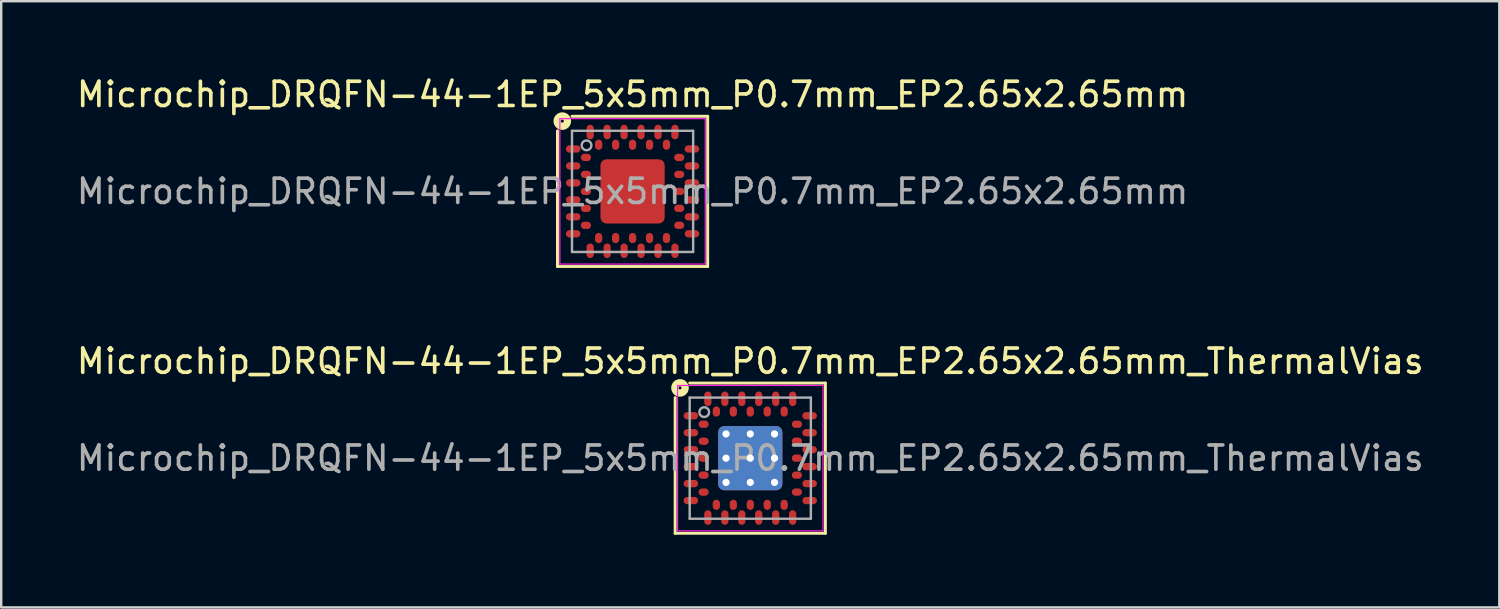
<source format=kicad_pcb>
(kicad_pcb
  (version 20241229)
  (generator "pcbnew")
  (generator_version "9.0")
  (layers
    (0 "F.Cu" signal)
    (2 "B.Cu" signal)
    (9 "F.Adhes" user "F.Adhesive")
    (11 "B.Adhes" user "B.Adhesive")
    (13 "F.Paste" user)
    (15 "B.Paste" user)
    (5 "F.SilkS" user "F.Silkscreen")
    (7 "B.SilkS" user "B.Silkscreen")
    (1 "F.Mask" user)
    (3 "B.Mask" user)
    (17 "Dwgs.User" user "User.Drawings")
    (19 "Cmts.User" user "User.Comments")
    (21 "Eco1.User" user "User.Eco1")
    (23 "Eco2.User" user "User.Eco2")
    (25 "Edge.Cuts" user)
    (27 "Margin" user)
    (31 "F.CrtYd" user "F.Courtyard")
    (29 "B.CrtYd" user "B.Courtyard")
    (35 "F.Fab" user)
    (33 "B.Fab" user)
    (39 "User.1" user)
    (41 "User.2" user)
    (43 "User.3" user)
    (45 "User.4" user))
  (footprint "Microchip_DRQFN-44-1EP_5x5mm_P0.7mm_EP2.65x2.65mm_ThermalVias"
    (layer "F.Cu")
    (at 27.911 15.857)
    (property "Reference" "Microchip_DRQFN-44-1EP_5x5mm_P0.7mm_EP2.65x2.65mm_ThermalVias" (at 0 -4 0) (layer "F.SilkS") (effects (font (size 1 1) (thickness 0.15))))
    (attr smd)
    (fp_line (start -3.1 3.1) (end -3.1 -2.5) (stroke (width 0.12) (type solid)) (layer "F.SilkS"))
    (fp_line (start -2.5 -3.1) (end 3.1 -3.1) (stroke (width 0.12) (type solid)) (layer "F.SilkS"))
    (fp_line (start 3.1 -3.1) (end 3.1 3.1) (stroke (width 0.12) (type solid)) (layer "F.SilkS"))
    (fp_line (start 3.1 3.1) (end -3.1 3.1) (stroke (width 0.12) (type solid)) (layer "F.SilkS"))
    (fp_circle (center -2.9 -2.9) (end -2.837 -2.9) (stroke (width 0.3) (type solid)) (fill no) (layer "F.SilkS"))
    (fp_line (start -3 -3) (end 3 -3) (stroke (width 0.05) (type solid)) (layer "F.CrtYd"))
    (fp_line (start -3 3) (end -3 -3) (stroke (width 0.05) (type solid)) (layer "F.CrtYd"))
    (fp_line (start 3 -3) (end 3 3) (stroke (width 0.05) (type solid)) (layer "F.CrtYd"))
    (fp_line (start 3 3) (end -3 3) (stroke (width 0.05) (type solid)) (layer "F.CrtYd"))
    (fp_line (start -2.5 -2.5) (end 2.5 -2.5) (stroke (width 0.1) (type solid)) (layer "F.Fab"))
    (fp_line (start -2.5 2.5) (end -2.5 -2.5) (stroke (width 0.1) (type solid)) (layer "F.Fab"))
    (fp_line (start 2.5 -2.5) (end 2.5 2.5) (stroke (width 0.1) (type solid)) (layer "F.Fab"))
    (fp_line (start 2.5 2.5) (end -2.5 2.5) (stroke (width 0.1) (type solid)) (layer "F.Fab"))
    (fp_circle (center -1.9 -1.9) (end -1.7 -1.9) (stroke (width 0.1) (type solid)) (fill no) (layer "F.Fab"))
    (fp_text user "${REFERENCE}" (at 0 0 0) (layer "F.Fab") (effects (font (size 1 1) (thickness 0.15))))
    (pad "" smd roundrect (at -0.5 -0.5) (size 0.85 0.85) (layers "F.Paste") (roundrect_rratio 0.25))
    (pad "" smd roundrect (at -0.5 0.5) (size 0.85 0.85) (layers "F.Paste") (roundrect_rratio 0.25))
    (pad "" smd roundrect (at 0.5 -0.5) (size 0.85 0.85) (layers "F.Paste") (roundrect_rratio 0.25))
    (pad "" smd roundrect (at 0.5 0.5) (size 0.85 0.85) (layers "F.Paste") (roundrect_rratio 0.25))
    (pad "A1" smd oval (at -2.45 -1.75) (size 0.6 0.3) (layers "F.Cu" "F.Mask" "F.Paste"))
    (pad "A2" smd oval (at -2.45 -1.05) (size 0.6 0.3) (layers "F.Cu" "F.Mask" "F.Paste"))
    (pad "A3" smd oval (at -2.45 -0.35) (size 0.6 0.3) (layers "F.Cu" "F.Mask" "F.Paste"))
    (pad "A4" smd oval (at -2.45 0.35) (size 0.6 0.3) (layers "F.Cu" "F.Mask" "F.Paste"))
    (pad "A5" smd oval (at -2.45 1.05) (size 0.6 0.3) (layers "F.Cu" "F.Mask" "F.Paste"))
    (pad "A6" smd oval (at -2.45 1.75) (size 0.6 0.3) (layers "F.Cu" "F.Mask" "F.Paste"))
    (pad "A7" smd oval (at -1.75 2.45) (size 0.3 0.6) (layers "F.Cu" "F.Mask" "F.Paste"))
    (pad "A8" smd oval (at -1.05 2.45) (size 0.3 0.6) (layers "F.Cu" "F.Mask" "F.Paste"))
    (pad "A9" smd oval (at -0.35 2.45) (size 0.3 0.6) (layers "F.Cu" "F.Mask" "F.Paste"))
    (pad "A10" smd oval (at 0.35 2.45) (size 0.3 0.6) (layers "F.Cu" "F.Mask" "F.Paste"))
    (pad "A11" smd oval (at 1.05 2.45) (size 0.3 0.6) (layers "F.Cu" "F.Mask" "F.Paste"))
    (pad "A12" smd oval (at 1.75 2.45) (size 0.3 0.6) (layers "F.Cu" "F.Mask" "F.Paste"))
    (pad "A13" smd oval (at 2.45 1.75) (size 0.6 0.3) (layers "F.Cu" "F.Mask" "F.Paste"))
    (pad "A14" smd oval (at 2.45 1.05) (size 0.6 0.3) (layers "F.Cu" "F.Mask" "F.Paste"))
    (pad "A15" smd oval (at 2.45 0.35) (size 0.6 0.3) (layers "F.Cu" "F.Mask" "F.Paste"))
    (pad "A16" smd oval (at 2.45 -0.35) (size 0.6 0.3) (layers "F.Cu" "F.Mask" "F.Paste"))
    (pad "A17" smd oval (at 2.45 -1.05) (size 0.6 0.3) (layers "F.Cu" "F.Mask" "F.Paste"))
    (pad "A18" smd oval (at 2.45 -1.75) (size 0.6 0.3) (layers "F.Cu" "F.Mask" "F.Paste"))
    (pad "A19" smd oval (at 1.75 -2.45) (size 0.3 0.6) (layers "F.Cu" "F.Mask" "F.Paste"))
    (pad "A20" smd oval (at 1.05 -2.45) (size 0.3 0.6) (layers "F.Cu" "F.Mask" "F.Paste"))
    (pad "A21" smd oval (at 0.35 -2.45) (size 0.3 0.6) (layers "F.Cu" "F.Mask" "F.Paste"))
    (pad "A22" smd oval (at -0.35 -2.45) (size 0.3 0.6) (layers "F.Cu" "F.Mask" "F.Paste"))
    (pad "A23" smd oval (at -1.05 -2.45) (size 0.3 0.6) (layers "F.Cu" "F.Mask" "F.Paste"))
    (pad "A24" smd oval (at -1.75 -2.45) (size 0.3 0.6) (layers "F.Cu" "F.Mask" "F.Paste"))
    (pad "B1" smd oval (at -1.925 -1.4) (size 0.42 0.3) (layers "F.Cu" "F.Mask" "F.Paste"))
    (pad "B2" smd oval (at -1.925 -0.7) (size 0.42 0.3) (layers "F.Cu" "F.Mask" "F.Paste"))
    (pad "B3" smd oval (at -1.925 0) (size 0.42 0.3) (layers "F.Cu" "F.Mask" "F.Paste"))
    (pad "B4" smd oval (at -1.925 0.7) (size 0.42 0.3) (layers "F.Cu" "F.Mask" "F.Paste"))
    (pad "B5" smd oval (at -1.925 1.4) (size 0.42 0.3) (layers "F.Cu" "F.Mask" "F.Paste"))
    (pad "B6" smd oval (at -1.4 1.925) (size 0.3 0.42) (layers "F.Cu" "F.Mask" "F.Paste"))
    (pad "B7" smd oval (at -0.7 1.925) (size 0.3 0.42) (layers "F.Cu" "F.Mask" "F.Paste"))
    (pad "B8" smd oval (at 0 1.925) (size 0.3 0.42) (layers "F.Cu" "F.Mask" "F.Paste"))
    (pad "B9" smd oval (at 0.7 1.925) (size 0.3 0.42) (layers "F.Cu" "F.Mask" "F.Paste"))
    (pad "B10" smd oval (at 1.4 1.925) (size 0.3 0.42) (layers "F.Cu" "F.Mask" "F.Paste"))
    (pad "B11" smd oval (at 1.925 1.4) (size 0.42 0.3) (layers "F.Cu" "F.Mask" "F.Paste"))
    (pad "B12" smd oval (at 1.925 0.7) (size 0.42 0.3) (layers "F.Cu" "F.Mask" "F.Paste"))
    (pad "B13" smd oval (at 1.925 0) (size 0.42 0.3) (layers "F.Cu" "F.Mask" "F.Paste"))
    (pad "B14" smd oval (at 1.925 -0.7) (size 0.42 0.3) (layers "F.Cu" "F.Mask" "F.Paste"))
    (pad "B15" smd oval (at 1.925 -1.4) (size 0.42 0.3) (layers "F.Cu" "F.Mask" "F.Paste"))
    (pad "B16" smd oval (at 1.4 -1.925) (size 0.3 0.42) (layers "F.Cu" "F.Mask" "F.Paste"))
    (pad "B17" smd oval (at 0.7 -1.925) (size 0.3 0.42) (layers "F.Cu" "F.Mask" "F.Paste"))
    (pad "B18" smd oval (at 0 -1.925) (size 0.3 0.42) (layers "F.Cu" "F.Mask" "F.Paste"))
    (pad "B19" smd oval (at -0.7 -1.925) (size 0.3 0.42) (layers "F.Cu" "F.Mask" "F.Paste"))
    (pad "B20" smd oval (at -1.4 -1.925) (size 0.3 0.42) (layers "F.Cu" "F.Mask" "F.Paste"))
    (pad "EP" thru_hole circle (at -1 -1) (size 0.6 0.6) (drill 0.3) (property pad_prop_heatsink) (layers "*.Cu"))
    (pad "EP" thru_hole circle (at -1 0) (size 0.6 0.6) (drill 0.3) (property pad_prop_heatsink) (layers "*.Cu"))
    (pad "EP" thru_hole circle (at -1 1) (size 0.6 0.6) (drill 0.3) (property pad_prop_heatsink) (layers "*.Cu"))
    (pad "EP" thru_hole circle (at 0 -1) (size 0.6 0.6) (drill 0.3) (property pad_prop_heatsink) (layers "*.Cu"))
    (pad "EP" thru_hole circle (at 0 0) (size 0.6 0.6) (drill 0.3) (property pad_prop_heatsink) (layers "*.Cu"))
    (pad "EP" smd roundrect (at 0 0) (size 2.65 2.65) (layers "F.Cu" "F.Mask") (roundrect_rratio 0.094))
    (pad "EP" smd roundrect (at 0 0) (size 2.65 2.65) (layers "B.Cu" "B.Mask") (roundrect_rratio 0.094))
    (pad "EP" thru_hole circle (at 0 1) (size 0.6 0.6) (drill 0.3) (property pad_prop_heatsink) (layers "*.Cu"))
    (pad "EP" thru_hole circle (at 1 -1) (size 0.6 0.6) (drill 0.3) (property pad_prop_heatsink) (layers "*.Cu"))
    (pad "EP" thru_hole circle (at 1 0) (size 0.6 0.6) (drill 0.3) (property pad_prop_heatsink) (layers "*.Cu"))
    (pad "EP" thru_hole circle (at 1 1) (size 0.6 0.6) (drill 0.3) (property pad_prop_heatsink) (layers "*.Cu")))
  (footprint "Microchip_DRQFN-44-1EP_5x5mm_P0.7mm_EP2.65x2.65mm"
    (layer "F.Cu")
    (at 23.054 4.848)
    (property "Reference" "Microchip_DRQFN-44-1EP_5x5mm_P0.7mm_EP2.65x2.65mm" (at 0 -4 0) (layer "F.SilkS") (effects (font (size 1 1) (thickness 0.15))))
    (attr smd)
    (fp_line (start -3.1 3.1) (end -3.1 -2.5) (stroke (width 0.12) (type solid)) (layer "F.SilkS"))
    (fp_line (start -2.5 -3.1) (end 3.1 -3.1) (stroke (width 0.12) (type solid)) (layer "F.SilkS"))
    (fp_line (start 3.1 -3.1) (end 3.1 3.1) (stroke (width 0.12) (type solid)) (layer "F.SilkS"))
    (fp_line (start 3.1 3.1) (end -3.1 3.1) (stroke (width 0.12) (type solid)) (layer "F.SilkS"))
    (fp_circle (center -2.9 -2.9) (end -2.837 -2.9) (stroke (width 0.3) (type solid)) (fill no) (layer "F.SilkS"))
    (fp_line (start -3 -3) (end 3 -3) (stroke (width 0.05) (type solid)) (layer "F.CrtYd"))
    (fp_line (start -3 3) (end -3 -3) (stroke (width 0.05) (type solid)) (layer "F.CrtYd"))
    (fp_line (start 3 -3) (end 3 3) (stroke (width 0.05) (type solid)) (layer "F.CrtYd"))
    (fp_line (start 3 3) (end -3 3) (stroke (width 0.05) (type solid)) (layer "F.CrtYd"))
    (fp_line (start -2.5 -2.5) (end 2.5 -2.5) (stroke (width 0.1) (type solid)) (layer "F.Fab"))
    (fp_line (start -2.5 2.5) (end -2.5 -2.5) (stroke (width 0.1) (type solid)) (layer "F.Fab"))
    (fp_line (start 2.5 -2.5) (end 2.5 2.5) (stroke (width 0.1) (type solid)) (layer "F.Fab"))
    (fp_line (start 2.5 2.5) (end -2.5 2.5) (stroke (width 0.1) (type solid)) (layer "F.Fab"))
    (fp_circle (center -1.9 -1.9) (end -1.7 -1.9) (stroke (width 0.1) (type solid)) (fill no) (layer "F.Fab"))
    (fp_text user "${REFERENCE}" (at 0 0 0) (layer "F.Fab") (effects (font (size 1 1) (thickness 0.15))))
    (pad "" smd roundrect (at -0.65 -0.65) (size 1.1 1.1) (layers "F.Paste") (roundrect_rratio 0.1))
    (pad "" smd roundrect (at -0.65 0.65) (size 1.1 1.1) (layers "F.Paste") (roundrect_rratio 0.1))
    (pad "" smd roundrect (at 0.65 -0.65) (size 1.1 1.1) (layers "F.Paste") (roundrect_rratio 0.1))
    (pad "" smd roundrect (at 0.65 0.65) (size 1.1 1.1) (layers "F.Paste") (roundrect_rratio 0.1))
    (pad "A1" smd oval (at -2.45 -1.75) (size 0.6 0.3) (layers "F.Cu" "F.Mask" "F.Paste"))
    (pad "A2" smd oval (at -2.45 -1.05) (size 0.6 0.3) (layers "F.Cu" "F.Mask" "F.Paste"))
    (pad "A3" smd oval (at -2.45 -0.35) (size 0.6 0.3) (layers "F.Cu" "F.Mask" "F.Paste"))
    (pad "A4" smd oval (at -2.45 0.35) (size 0.6 0.3) (layers "F.Cu" "F.Mask" "F.Paste"))
    (pad "A5" smd oval (at -2.45 1.05) (size 0.6 0.3) (layers "F.Cu" "F.Mask" "F.Paste"))
    (pad "A6" smd oval (at -2.45 1.75) (size 0.6 0.3) (layers "F.Cu" "F.Mask" "F.Paste"))
    (pad "A7" smd oval (at -1.75 2.45) (size 0.3 0.6) (layers "F.Cu" "F.Mask" "F.Paste"))
    (pad "A8" smd oval (at -1.05 2.45) (size 0.3 0.6) (layers "F.Cu" "F.Mask" "F.Paste"))
    (pad "A9" smd oval (at -0.35 2.45) (size 0.3 0.6) (layers "F.Cu" "F.Mask" "F.Paste"))
    (pad "A10" smd oval (at 0.35 2.45) (size 0.3 0.6) (layers "F.Cu" "F.Mask" "F.Paste"))
    (pad "A11" smd oval (at 1.05 2.45) (size 0.3 0.6) (layers "F.Cu" "F.Mask" "F.Paste"))
    (pad "A12" smd oval (at 1.75 2.45) (size 0.3 0.6) (layers "F.Cu" "F.Mask" "F.Paste"))
    (pad "A13" smd oval (at 2.45 1.75) (size 0.6 0.3) (layers "F.Cu" "F.Mask" "F.Paste"))
    (pad "A14" smd oval (at 2.45 1.05) (size 0.6 0.3) (layers "F.Cu" "F.Mask" "F.Paste"))
    (pad "A15" smd oval (at 2.45 0.35) (size 0.6 0.3) (layers "F.Cu" "F.Mask" "F.Paste"))
    (pad "A16" smd oval (at 2.45 -0.35) (size 0.6 0.3) (layers "F.Cu" "F.Mask" "F.Paste"))
    (pad "A17" smd oval (at 2.45 -1.05) (size 0.6 0.3) (layers "F.Cu" "F.Mask" "F.Paste"))
    (pad "A18" smd oval (at 2.45 -1.75) (size 0.6 0.3) (layers "F.Cu" "F.Mask" "F.Paste"))
    (pad "A19" smd oval (at 1.75 -2.45) (size 0.3 0.6) (layers "F.Cu" "F.Mask" "F.Paste"))
    (pad "A20" smd oval (at 1.05 -2.45) (size 0.3 0.6) (layers "F.Cu" "F.Mask" "F.Paste"))
    (pad "A21" smd oval (at 0.35 -2.45) (size 0.3 0.6) (layers "F.Cu" "F.Mask" "F.Paste"))
    (pad "A22" smd oval (at -0.35 -2.45) (size 0.3 0.6) (layers "F.Cu" "F.Mask" "F.Paste"))
    (pad "A23" smd oval (at -1.05 -2.45) (size 0.3 0.6) (layers "F.Cu" "F.Mask" "F.Paste"))
    (pad "A24" smd oval (at -1.75 -2.45) (size 0.3 0.6) (layers "F.Cu" "F.Mask" "F.Paste"))
    (pad "B1" smd oval (at -1.925 -1.4) (size 0.42 0.3) (layers "F.Cu" "F.Mask" "F.Paste"))
    (pad "B2" smd oval (at -1.925 -0.7) (size 0.42 0.3) (layers "F.Cu" "F.Mask" "F.Paste"))
    (pad "B3" smd oval (at -1.925 0) (size 0.42 0.3) (layers "F.Cu" "F.Mask" "F.Paste"))
    (pad "B4" smd oval (at -1.925 0.7) (size 0.42 0.3) (layers "F.Cu" "F.Mask" "F.Paste"))
    (pad "B5" smd oval (at -1.925 1.4) (size 0.42 0.3) (layers "F.Cu" "F.Mask" "F.Paste"))
    (pad "B6" smd oval (at -1.4 1.925) (size 0.3 0.42) (layers "F.Cu" "F.Mask" "F.Paste"))
    (pad "B7" smd oval (at -0.7 1.925) (size 0.3 0.42) (layers "F.Cu" "F.Mask" "F.Paste"))
    (pad "B8" smd oval (at 0 1.925) (size 0.3 0.42) (layers "F.Cu" "F.Mask" "F.Paste"))
    (pad "B9" smd oval (at 0.7 1.925) (size 0.3 0.42) (layers "F.Cu" "F.Mask" "F.Paste"))
    (pad "B10" smd oval (at 1.4 1.925) (size 0.3 0.42) (layers "F.Cu" "F.Mask" "F.Paste"))
    (pad "B11" smd oval (at 1.925 1.4) (size 0.42 0.3) (layers "F.Cu" "F.Mask" "F.Paste"))
    (pad "B12" smd oval (at 1.925 0.7) (size 0.42 0.3) (layers "F.Cu" "F.Mask" "F.Paste"))
    (pad "B13" smd oval (at 1.925 0) (size 0.42 0.3) (layers "F.Cu" "F.Mask" "F.Paste"))
    (pad "B14" smd oval (at 1.925 -0.7) (size 0.42 0.3) (layers "F.Cu" "F.Mask" "F.Paste"))
    (pad "B15" smd oval (at 1.925 -1.4) (size 0.42 0.3) (layers "F.Cu" "F.Mask" "F.Paste"))
    (pad "B16" smd oval (at 1.4 -1.925) (size 0.3 0.42) (layers "F.Cu" "F.Mask" "F.Paste"))
    (pad "B17" smd oval (at 0.7 -1.925) (size 0.3 0.42) (layers "F.Cu" "F.Mask" "F.Paste"))
    (pad "B18" smd oval (at 0 -1.925) (size 0.3 0.42) (layers "F.Cu" "F.Mask" "F.Paste"))
    (pad "B19" smd oval (at -0.7 -1.925) (size 0.3 0.42) (layers "F.Cu" "F.Mask" "F.Paste"))
    (pad "B20" smd oval (at -1.4 -1.925) (size 0.3 0.42) (layers "F.Cu" "F.Mask" "F.Paste"))
    (pad "EP" smd roundrect (at 0 0) (size 2.65 2.65) (layers "F.Cu" "F.Mask") (roundrect_rratio 0.094)))
  (gr_rect
    (start -3 -3)
    (end 58.821 22.017)
    (stroke (width 0.1) (type default))
    (fill no)
    (layer "Edge.Cuts")))
</source>
